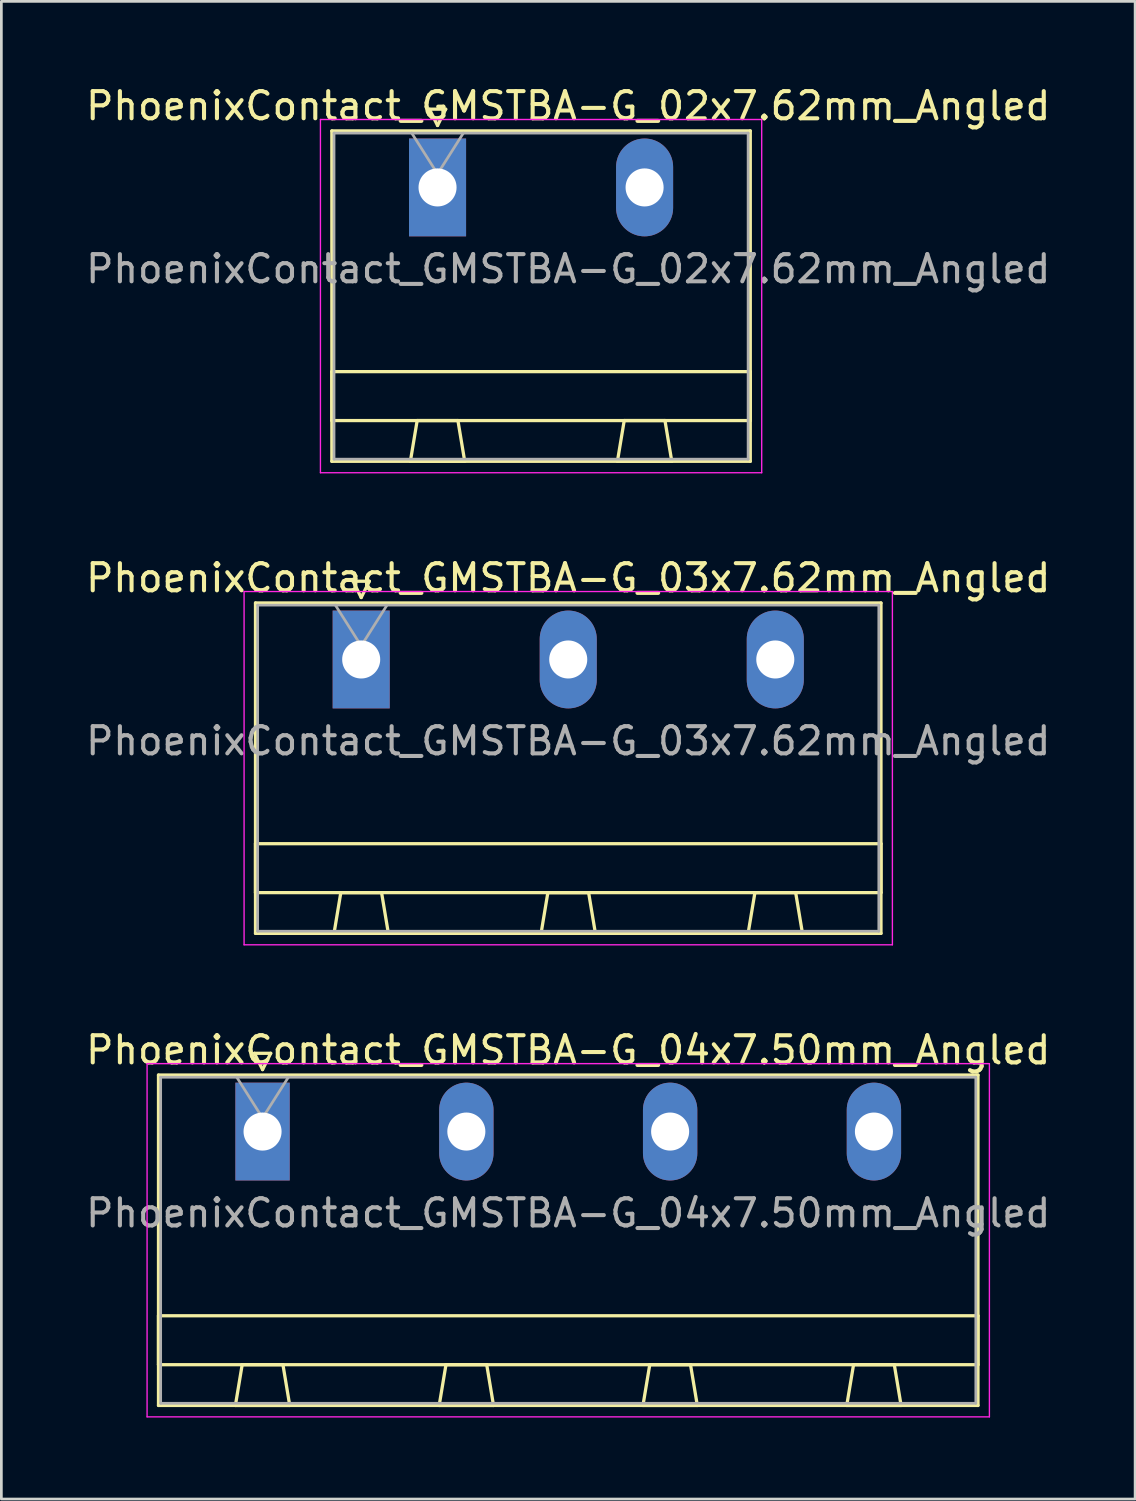
<source format=kicad_pcb>
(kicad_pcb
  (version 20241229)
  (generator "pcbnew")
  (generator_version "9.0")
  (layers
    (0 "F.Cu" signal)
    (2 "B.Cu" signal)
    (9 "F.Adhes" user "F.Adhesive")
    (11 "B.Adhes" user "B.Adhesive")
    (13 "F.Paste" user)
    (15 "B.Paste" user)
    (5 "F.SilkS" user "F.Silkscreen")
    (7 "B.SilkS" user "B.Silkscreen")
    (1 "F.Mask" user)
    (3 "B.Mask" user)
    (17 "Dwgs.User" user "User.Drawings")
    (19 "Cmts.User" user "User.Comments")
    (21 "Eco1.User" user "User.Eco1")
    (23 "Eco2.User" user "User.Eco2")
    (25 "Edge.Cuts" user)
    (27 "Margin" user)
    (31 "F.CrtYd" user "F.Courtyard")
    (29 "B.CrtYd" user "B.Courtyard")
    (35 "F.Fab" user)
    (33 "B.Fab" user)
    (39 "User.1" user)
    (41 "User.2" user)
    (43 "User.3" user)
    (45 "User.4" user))
  (footprint "PhoenixContact_GMSTBA-G_03x7.62mm_Angled"
    (layer "F.Cu")
    (at 10.243 21.221)
    (property "Reference" "PhoenixContact_GMSTBA-G_03x7.62mm_Angled" (at 7.62 -3 0) (layer "F.SilkS") (effects (font (size 1 1) (thickness 0.15))))
    (attr through_hole)
    (fp_line (start -3.89 -2.08) (end -3.89 10.08) (stroke (width 0.12) (type solid)) (layer "F.SilkS"))
    (fp_line (start -3.89 6.78) (end 19.13 6.78) (stroke (width 0.12) (type solid)) (layer "F.SilkS"))
    (fp_line (start -3.89 8.58) (end -3.89 6.78) (stroke (width 0.12) (type solid)) (layer "F.SilkS"))
    (fp_line (start -3.89 10.08) (end 19.13 10.08) (stroke (width 0.12) (type solid)) (layer "F.SilkS"))
    (fp_line (start -1 10.08) (end 1 10.08) (stroke (width 0.12) (type solid)) (layer "F.SilkS"))
    (fp_line (start -0.75 8.58) (end -1 10.08) (stroke (width 0.12) (type solid)) (layer "F.SilkS"))
    (fp_line (start -0.3 -2.88) (end 0.3 -2.88) (stroke (width 0.12) (type solid)) (layer "F.SilkS"))
    (fp_line (start 0 -2.28) (end -0.3 -2.88) (stroke (width 0.12) (type solid)) (layer "F.SilkS"))
    (fp_line (start 0.3 -2.88) (end 0 -2.28) (stroke (width 0.12) (type solid)) (layer "F.SilkS"))
    (fp_line (start 0.75 8.58) (end -0.75 8.58) (stroke (width 0.12) (type solid)) (layer "F.SilkS"))
    (fp_line (start 1 10.08) (end 0.75 8.58) (stroke (width 0.12) (type solid)) (layer "F.SilkS"))
    (fp_line (start 6.62 10.08) (end 8.62 10.08) (stroke (width 0.12) (type solid)) (layer "F.SilkS"))
    (fp_line (start 6.87 8.58) (end 6.62 10.08) (stroke (width 0.12) (type solid)) (layer "F.SilkS"))
    (fp_line (start 8.37 8.58) (end 6.87 8.58) (stroke (width 0.12) (type solid)) (layer "F.SilkS"))
    (fp_line (start 8.62 10.08) (end 8.37 8.58) (stroke (width 0.12) (type solid)) (layer "F.SilkS"))
    (fp_line (start 14.24 10.08) (end 16.24 10.08) (stroke (width 0.12) (type solid)) (layer "F.SilkS"))
    (fp_line (start 14.49 8.58) (end 14.24 10.08) (stroke (width 0.12) (type solid)) (layer "F.SilkS"))
    (fp_line (start 15.99 8.58) (end 14.49 8.58) (stroke (width 0.12) (type solid)) (layer "F.SilkS"))
    (fp_line (start 16.24 10.08) (end 15.99 8.58) (stroke (width 0.12) (type solid)) (layer "F.SilkS"))
    (fp_line (start 19.13 -2.08) (end -3.89 -2.08) (stroke (width 0.12) (type solid)) (layer "F.SilkS"))
    (fp_line (start 19.13 6.78) (end 19.13 8.58) (stroke (width 0.12) (type solid)) (layer "F.SilkS"))
    (fp_line (start 19.13 8.58) (end -3.89 8.58) (stroke (width 0.12) (type solid)) (layer "F.SilkS"))
    (fp_line (start 19.13 10.08) (end 19.13 -2.08) (stroke (width 0.12) (type solid)) (layer "F.SilkS"))
    (fp_line (start -4.31 -2.5) (end -4.31 10.5) (stroke (width 0.05) (type solid)) (layer "F.CrtYd"))
    (fp_line (start -4.31 10.5) (end 19.55 10.5) (stroke (width 0.05) (type solid)) (layer "F.CrtYd"))
    (fp_line (start 19.55 -2.5) (end -4.31 -2.5) (stroke (width 0.05) (type solid)) (layer "F.CrtYd"))
    (fp_line (start 19.55 10.5) (end 19.55 -2.5) (stroke (width 0.05) (type solid)) (layer "F.CrtYd"))
    (fp_line (start -3.81 -2) (end -3.81 10) (stroke (width 0.1) (type solid)) (layer "F.Fab"))
    (fp_line (start -3.81 10) (end 19.05 10) (stroke (width 0.1) (type solid)) (layer "F.Fab"))
    (fp_line (start 0 -0.5) (end -0.95 -2) (stroke (width 0.1) (type solid)) (layer "F.Fab"))
    (fp_line (start 0.95 -2) (end 0 -0.5) (stroke (width 0.1) (type solid)) (layer "F.Fab"))
    (fp_line (start 19.05 -2) (end -3.81 -2) (stroke (width 0.1) (type solid)) (layer "F.Fab"))
    (fp_line (start 19.05 10) (end 19.05 -2) (stroke (width 0.1) (type solid)) (layer "F.Fab"))
    (fp_text user "${REFERENCE}" (at 7.62 3 0) (layer "F.Fab") (effects (font (size 1 1) (thickness 0.15))))
    (pad "1" thru_hole rect (at 0 0) (size 2.1 3.6) (drill 1.4) (layers "*.Cu" "*.Mask"))
    (pad "2" thru_hole oval (at 7.62 0) (size 2.1 3.6) (drill 1.4) (layers "*.Cu" "*.Mask"))
    (pad "3" thru_hole oval (at 15.24 0) (size 2.1 3.6) (drill 1.4) (layers "*.Cu" "*.Mask")))
  (footprint "PhoenixContact_GMSTBA-G_04x7.50mm_Angled"
    (layer "F.Cu")
    (at 6.613 38.595)
    (property "Reference" "PhoenixContact_GMSTBA-G_04x7.50mm_Angled" (at 11.25 -3 0) (layer "F.SilkS") (effects (font (size 1 1) (thickness 0.15))))
    (attr through_hole)
    (fp_line (start -3.83 -2.08) (end -3.83 10.08) (stroke (width 0.12) (type solid)) (layer "F.SilkS"))
    (fp_line (start -3.83 6.78) (end 26.33 6.78) (stroke (width 0.12) (type solid)) (layer "F.SilkS"))
    (fp_line (start -3.83 8.58) (end -3.83 6.78) (stroke (width 0.12) (type solid)) (layer "F.SilkS"))
    (fp_line (start -3.83 10.08) (end 26.33 10.08) (stroke (width 0.12) (type solid)) (layer "F.SilkS"))
    (fp_line (start -1 10.08) (end 1 10.08) (stroke (width 0.12) (type solid)) (layer "F.SilkS"))
    (fp_line (start -0.75 8.58) (end -1 10.08) (stroke (width 0.12) (type solid)) (layer "F.SilkS"))
    (fp_line (start -0.3 -2.88) (end 0.3 -2.88) (stroke (width 0.12) (type solid)) (layer "F.SilkS"))
    (fp_line (start 0 -2.28) (end -0.3 -2.88) (stroke (width 0.12) (type solid)) (layer "F.SilkS"))
    (fp_line (start 0.3 -2.88) (end 0 -2.28) (stroke (width 0.12) (type solid)) (layer "F.SilkS"))
    (fp_line (start 0.75 8.58) (end -0.75 8.58) (stroke (width 0.12) (type solid)) (layer "F.SilkS"))
    (fp_line (start 1 10.08) (end 0.75 8.58) (stroke (width 0.12) (type solid)) (layer "F.SilkS"))
    (fp_line (start 6.5 10.08) (end 8.5 10.08) (stroke (width 0.12) (type solid)) (layer "F.SilkS"))
    (fp_line (start 6.75 8.58) (end 6.5 10.08) (stroke (width 0.12) (type solid)) (layer "F.SilkS"))
    (fp_line (start 8.25 8.58) (end 6.75 8.58) (stroke (width 0.12) (type solid)) (layer "F.SilkS"))
    (fp_line (start 8.5 10.08) (end 8.25 8.58) (stroke (width 0.12) (type solid)) (layer "F.SilkS"))
    (fp_line (start 14 10.08) (end 16 10.08) (stroke (width 0.12) (type solid)) (layer "F.SilkS"))
    (fp_line (start 14.25 8.58) (end 14 10.08) (stroke (width 0.12) (type solid)) (layer "F.SilkS"))
    (fp_line (start 15.75 8.58) (end 14.25 8.58) (stroke (width 0.12) (type solid)) (layer "F.SilkS"))
    (fp_line (start 16 10.08) (end 15.75 8.58) (stroke (width 0.12) (type solid)) (layer "F.SilkS"))
    (fp_line (start 21.5 10.08) (end 23.5 10.08) (stroke (width 0.12) (type solid)) (layer "F.SilkS"))
    (fp_line (start 21.75 8.58) (end 21.5 10.08) (stroke (width 0.12) (type solid)) (layer "F.SilkS"))
    (fp_line (start 23.25 8.58) (end 21.75 8.58) (stroke (width 0.12) (type solid)) (layer "F.SilkS"))
    (fp_line (start 23.5 10.08) (end 23.25 8.58) (stroke (width 0.12) (type solid)) (layer "F.SilkS"))
    (fp_line (start 26.33 -2.08) (end -3.83 -2.08) (stroke (width 0.12) (type solid)) (layer "F.SilkS"))
    (fp_line (start 26.33 6.78) (end 26.33 8.58) (stroke (width 0.12) (type solid)) (layer "F.SilkS"))
    (fp_line (start 26.33 8.58) (end -3.83 8.58) (stroke (width 0.12) (type solid)) (layer "F.SilkS"))
    (fp_line (start 26.33 10.08) (end 26.33 -2.08) (stroke (width 0.12) (type solid)) (layer "F.SilkS"))
    (fp_line (start -4.25 -2.5) (end -4.25 10.5) (stroke (width 0.05) (type solid)) (layer "F.CrtYd"))
    (fp_line (start -4.25 10.5) (end 26.75 10.5) (stroke (width 0.05) (type solid)) (layer "F.CrtYd"))
    (fp_line (start 26.75 -2.5) (end -4.25 -2.5) (stroke (width 0.05) (type solid)) (layer "F.CrtYd"))
    (fp_line (start 26.75 10.5) (end 26.75 -2.5) (stroke (width 0.05) (type solid)) (layer "F.CrtYd"))
    (fp_line (start -3.75 -2) (end -3.75 10) (stroke (width 0.1) (type solid)) (layer "F.Fab"))
    (fp_line (start -3.75 10) (end 26.25 10) (stroke (width 0.1) (type solid)) (layer "F.Fab"))
    (fp_line (start 0 -0.5) (end -0.95 -2) (stroke (width 0.1) (type solid)) (layer "F.Fab"))
    (fp_line (start 0.95 -2) (end 0 -0.5) (stroke (width 0.1) (type solid)) (layer "F.Fab"))
    (fp_line (start 26.25 -2) (end -3.75 -2) (stroke (width 0.1) (type solid)) (layer "F.Fab"))
    (fp_line (start 26.25 10) (end 26.25 -2) (stroke (width 0.1) (type solid)) (layer "F.Fab"))
    (fp_text user "${REFERENCE}" (at 11.25 3 0) (layer "F.Fab") (effects (font (size 1 1) (thickness 0.15))))
    (pad "1" thru_hole rect (at 0 0) (size 2 3.6) (drill 1.4) (layers "*.Cu" "*.Mask"))
    (pad "2" thru_hole oval (at 7.5 0) (size 2 3.6) (drill 1.4) (layers "*.Cu" "*.Mask"))
    (pad "3" thru_hole oval (at 15 0) (size 2 3.6) (drill 1.4) (layers "*.Cu" "*.Mask"))
    (pad "4" thru_hole oval (at 22.5 0) (size 2 3.6) (drill 1.4) (layers "*.Cu" "*.Mask")))
  (footprint "PhoenixContact_GMSTBA-G_02x7.62mm_Angled"
    (layer "F.Cu")
    (at 13.053 3.848)
    (property "Reference" "PhoenixContact_GMSTBA-G_02x7.62mm_Angled" (at 4.81 -3 0) (layer "F.SilkS") (effects (font (size 1 1) (thickness 0.15))))
    (attr through_hole)
    (fp_line (start -3.89 -2.08) (end -3.89 10.08) (stroke (width 0.12) (type solid)) (layer "F.SilkS"))
    (fp_line (start -3.89 6.78) (end 11.51 6.78) (stroke (width 0.12) (type solid)) (layer "F.SilkS"))
    (fp_line (start -3.89 8.58) (end -3.89 6.78) (stroke (width 0.12) (type solid)) (layer "F.SilkS"))
    (fp_line (start -3.89 10.08) (end 11.51 10.08) (stroke (width 0.12) (type solid)) (layer "F.SilkS"))
    (fp_line (start -1 10.08) (end 1 10.08) (stroke (width 0.12) (type solid)) (layer "F.SilkS"))
    (fp_line (start -0.75 8.58) (end -1 10.08) (stroke (width 0.12) (type solid)) (layer "F.SilkS"))
    (fp_line (start -0.3 -2.88) (end 0.3 -2.88) (stroke (width 0.12) (type solid)) (layer "F.SilkS"))
    (fp_line (start 0 -2.28) (end -0.3 -2.88) (stroke (width 0.12) (type solid)) (layer "F.SilkS"))
    (fp_line (start 0.3 -2.88) (end 0 -2.28) (stroke (width 0.12) (type solid)) (layer "F.SilkS"))
    (fp_line (start 0.75 8.58) (end -0.75 8.58) (stroke (width 0.12) (type solid)) (layer "F.SilkS"))
    (fp_line (start 1 10.08) (end 0.75 8.58) (stroke (width 0.12) (type solid)) (layer "F.SilkS"))
    (fp_line (start 6.62 10.08) (end 8.62 10.08) (stroke (width 0.12) (type solid)) (layer "F.SilkS"))
    (fp_line (start 6.87 8.58) (end 6.62 10.08) (stroke (width 0.12) (type solid)) (layer "F.SilkS"))
    (fp_line (start 8.37 8.58) (end 6.87 8.58) (stroke (width 0.12) (type solid)) (layer "F.SilkS"))
    (fp_line (start 8.62 10.08) (end 8.37 8.58) (stroke (width 0.12) (type solid)) (layer "F.SilkS"))
    (fp_line (start 11.51 -2.08) (end -3.89 -2.08) (stroke (width 0.12) (type solid)) (layer "F.SilkS"))
    (fp_line (start 11.51 6.78) (end 11.51 8.58) (stroke (width 0.12) (type solid)) (layer "F.SilkS"))
    (fp_line (start 11.51 8.58) (end -3.89 8.58) (stroke (width 0.12) (type solid)) (layer "F.SilkS"))
    (fp_line (start 11.51 10.08) (end 11.51 -2.08) (stroke (width 0.12) (type solid)) (layer "F.SilkS"))
    (fp_line (start -4.31 -2.5) (end -4.31 10.5) (stroke (width 0.05) (type solid)) (layer "F.CrtYd"))
    (fp_line (start -4.31 10.5) (end 11.93 10.5) (stroke (width 0.05) (type solid)) (layer "F.CrtYd"))
    (fp_line (start 11.93 -2.5) (end -4.31 -2.5) (stroke (width 0.05) (type solid)) (layer "F.CrtYd"))
    (fp_line (start 11.93 10.5) (end 11.93 -2.5) (stroke (width 0.05) (type solid)) (layer "F.CrtYd"))
    (fp_line (start -3.81 -2) (end -3.81 10) (stroke (width 0.1) (type solid)) (layer "F.Fab"))
    (fp_line (start -3.81 10) (end 11.43 10) (stroke (width 0.1) (type solid)) (layer "F.Fab"))
    (fp_line (start 0 -0.5) (end -0.95 -2) (stroke (width 0.1) (type solid)) (layer "F.Fab"))
    (fp_line (start 0.95 -2) (end 0 -0.5) (stroke (width 0.1) (type solid)) (layer "F.Fab"))
    (fp_line (start 11.43 -2) (end -3.81 -2) (stroke (width 0.1) (type solid)) (layer "F.Fab"))
    (fp_line (start 11.43 10) (end 11.43 -2) (stroke (width 0.1) (type solid)) (layer "F.Fab"))
    (fp_text user "${REFERENCE}" (at 4.81 3 0) (layer "F.Fab") (effects (font (size 1 1) (thickness 0.15))))
    (pad "1" thru_hole rect (at 0 0) (size 2.1 3.6) (drill 1.4) (layers "*.Cu" "*.Mask"))
    (pad "2" thru_hole oval (at 7.62 0) (size 2.1 3.6) (drill 1.4) (layers "*.Cu" "*.Mask")))
  (gr_rect
    (start -3 -3)
    (end 38.726 52.12)
    (stroke (width 0.1) (type default))
    (fill no)
    (layer "Edge.Cuts")))
</source>
